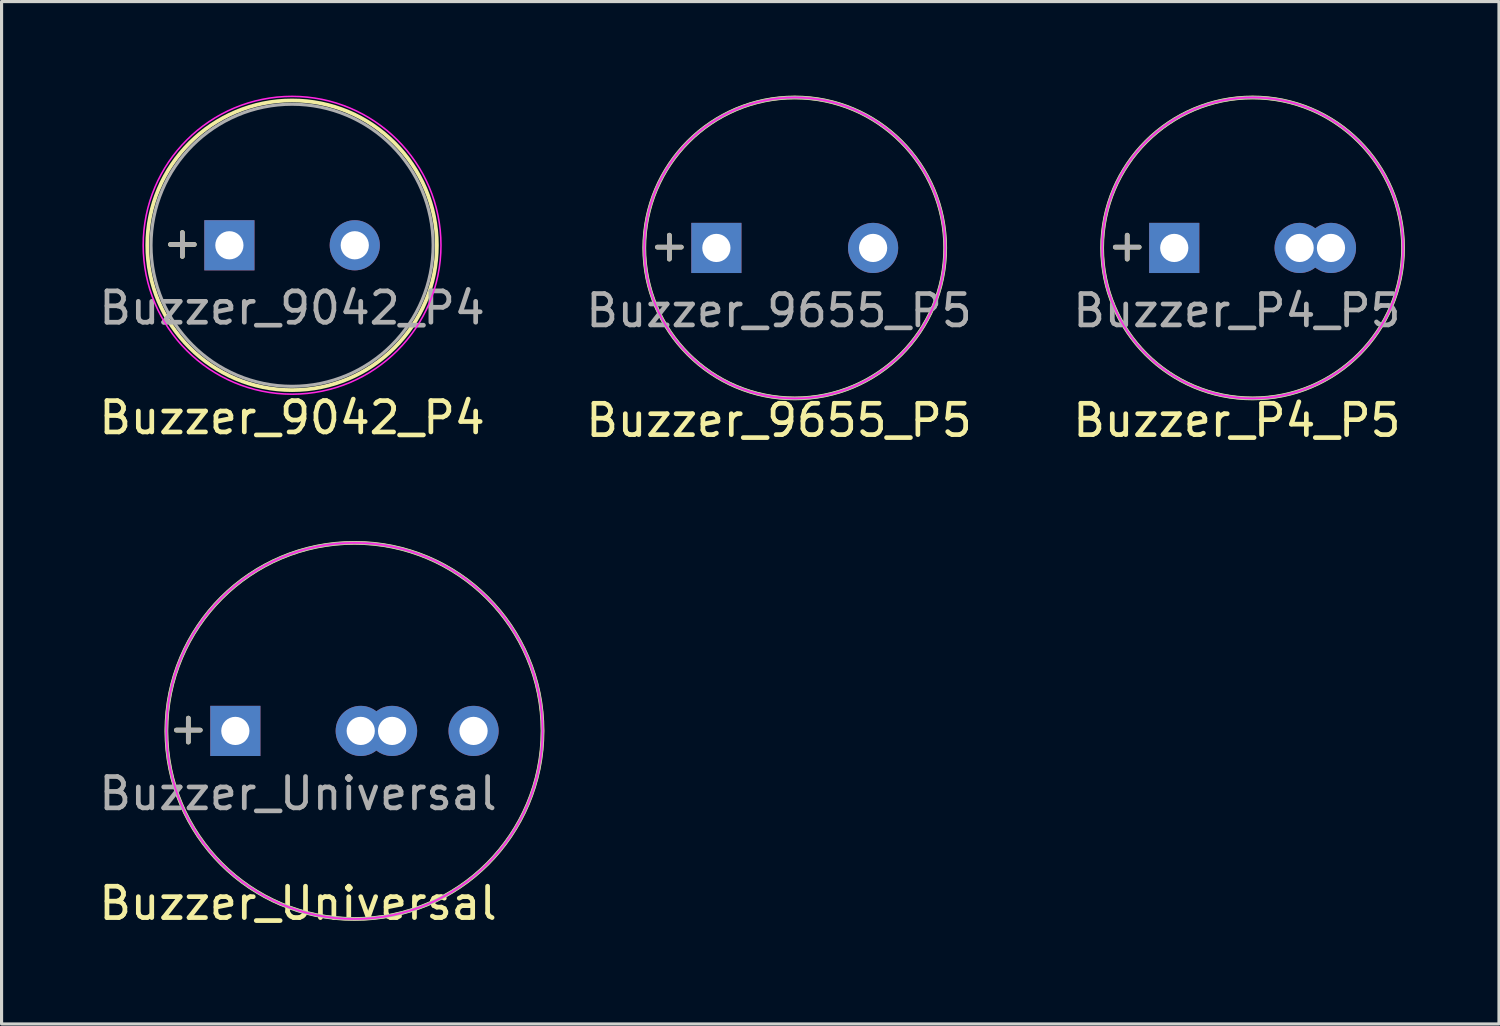
<source format=kicad_pcb>
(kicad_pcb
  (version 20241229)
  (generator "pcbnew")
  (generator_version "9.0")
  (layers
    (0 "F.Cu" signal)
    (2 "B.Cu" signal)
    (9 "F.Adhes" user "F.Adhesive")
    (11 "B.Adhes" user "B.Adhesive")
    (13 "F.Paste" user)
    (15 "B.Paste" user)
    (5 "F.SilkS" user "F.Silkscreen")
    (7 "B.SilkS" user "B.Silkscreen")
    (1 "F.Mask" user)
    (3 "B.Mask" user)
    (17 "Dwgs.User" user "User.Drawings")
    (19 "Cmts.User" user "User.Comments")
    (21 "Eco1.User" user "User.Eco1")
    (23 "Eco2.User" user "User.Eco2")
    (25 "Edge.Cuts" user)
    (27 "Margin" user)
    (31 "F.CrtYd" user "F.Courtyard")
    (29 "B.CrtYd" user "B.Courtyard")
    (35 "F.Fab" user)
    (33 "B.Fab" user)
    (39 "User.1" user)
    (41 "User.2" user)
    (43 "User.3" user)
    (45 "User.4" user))
  (footprint "Buzzer_P4_P5"
    (layer "F.Cu")
    (at 34.411 4.86)
    (property "Reference" "Buzzer_P4_P5" (at 2 5.5 0) (layer "F.SilkS") (effects (font (size 1 1) (thickness 0.15))))
    (attr through_hole)
    (fp_circle (center 2.5 0) (end 7.3 0) (stroke (width 0.12) (type solid)) (fill no) (layer "F.SilkS"))
    (fp_circle (center 2.5 0) (end 7.3 0) (stroke (width 0.05) (type solid)) (fill no) (layer "F.CrtYd"))
    (fp_circle (center 2.5 0) (end 7.3 0) (stroke (width 0.1) (type solid)) (fill no) (layer "F.Fab"))
    (fp_text user "+" (at -1.5 -0.1 0) (layer "F.SilkS") (effects (font (size 1 1) (thickness 0.15))))
    (fp_text user "${REFERENCE}" (at 2 2 0) (layer "F.Fab") (effects (font (size 1 1) (thickness 0.15))))
    (fp_text user "+" (at -1.5 -0.1 0) (layer "F.Fab") (effects (font (size 1 1) (thickness 0.15))))
    (pad "1" thru_hole rect (at 0 0) (size 1.6 1.6) (drill 0.9) (layers "*.Cu" "*.Mask"))
    (pad "2" thru_hole circle (at 4 0) (size 1.6 1.6) (drill 0.9) (layers "*.Cu" "*.Mask"))
    (pad "2" thru_hole circle (at 5 0) (size 1.6 1.6) (drill 0.9) (layers "*.Cu" "*.Mask")))
  (footprint "Buzzer_Universal"
    (layer "F.Cu")
    (at 4.458 20.268)
    (property "Reference" "Buzzer_Universal" (at 2 5.5 0) (layer "F.SilkS") (effects (font (size 1 1) (thickness 0.15))))
    (attr through_hole)
    (fp_circle (center 3.8 0) (end 9.8 0) (stroke (width 0.12) (type solid)) (fill no) (layer "F.SilkS"))
    (fp_circle (center 3.8 0) (end 9.8 0) (stroke (width 0.05) (type solid)) (fill no) (layer "F.CrtYd"))
    (fp_circle (center 3.8 0) (end 9.8 0) (stroke (width 0.1) (type solid)) (fill no) (layer "F.Fab"))
    (fp_text user "+" (at -1.5 -0.1 0) (layer "F.SilkS") (effects (font (size 1 1) (thickness 0.15))))
    (fp_text user "${REFERENCE}" (at 2 2 0) (layer "F.Fab") (effects (font (size 1 1) (thickness 0.15))))
    (fp_text user "+" (at -1.5 -0.1 0) (layer "F.Fab") (effects (font (size 1 1) (thickness 0.15))))
    (pad "1" thru_hole rect (at 0 0) (size 1.6 1.6) (drill 0.9) (layers "*.Cu" "*.Mask"))
    (pad "2" thru_hole circle (at 4 0) (size 1.6 1.6) (drill 0.9) (layers "*.Cu" "*.Mask"))
    (pad "2" thru_hole circle (at 5 0) (size 1.6 1.6) (drill 0.9) (layers "*.Cu" "*.Mask"))
    (pad "2" thru_hole circle (at 7.6 0) (size 1.6 1.6) (drill 0.9) (layers "*.Cu" "*.Mask")))
  (footprint "Buzzer_9655_P5"
    (layer "F.Cu")
    (at 19.804 4.86)
    (property "Reference" "Buzzer_9655_P5" (at 2 5.5 0) (layer "F.SilkS") (effects (font (size 1 1) (thickness 0.15))))
    (attr through_hole)
    (fp_circle (center 2.5 0) (end 7.3 0) (stroke (width 0.12) (type solid)) (fill no) (layer "F.SilkS"))
    (fp_circle (center 2.5 0) (end 7.3 0) (stroke (width 0.05) (type solid)) (fill no) (layer "F.CrtYd"))
    (fp_circle (center 2.5 0) (end 7.3 0) (stroke (width 0.1) (type solid)) (fill no) (layer "F.Fab"))
    (fp_text user "+" (at -1.5 -0.1 0) (layer "F.SilkS") (effects (font (size 1 1) (thickness 0.15))))
    (fp_text user "${REFERENCE}" (at 2 2 0) (layer "F.Fab") (effects (font (size 1 1) (thickness 0.15))))
    (fp_text user "+" (at -1.5 -0.1 0) (layer "F.Fab") (effects (font (size 1 1) (thickness 0.15))))
    (pad "1" thru_hole rect (at 0 0) (size 1.6 1.6) (drill 0.9) (layers "*.Cu" "*.Mask"))
    (pad "2" thru_hole circle (at 5 0) (size 1.6 1.6) (drill 0.9) (layers "*.Cu" "*.Mask")))
  (footprint "Buzzer_9042_P4"
    (layer "F.Cu")
    (at 4.268 4.775)
    (property "Reference" "Buzzer_9042_P4" (at 2 5.5 0) (layer "F.SilkS") (effects (font (size 1 1) (thickness 0.15))))
    (attr through_hole)
    (fp_circle (center 2 0) (end 6.62 0) (stroke (width 0.12) (type solid)) (fill no) (layer "F.SilkS"))
    (fp_circle (center 2 0) (end 6.75 0) (stroke (width 0.05) (type solid)) (fill no) (layer "F.CrtYd"))
    (fp_circle (center 2 0) (end 6.5 0) (stroke (width 0.1) (type solid)) (fill no) (layer "F.Fab"))
    (fp_text user "+" (at -1.5 -0.1 0) (layer "F.SilkS") (effects (font (size 1 1) (thickness 0.15))))
    (fp_text user "+" (at -1.5 -0.1 0) (layer "F.Fab") (effects (font (size 1 1) (thickness 0.15))))
    (fp_text user "${REFERENCE}" (at 2 2 0) (layer "F.Fab") (effects (font (size 1 1) (thickness 0.15))))
    (pad "1" thru_hole rect (at 0 0) (size 1.6 1.6) (drill 0.9) (layers "*.Cu" "*.Mask"))
    (pad "2" thru_hole circle (at 4 0) (size 1.6 1.6) (drill 0.9) (layers "*.Cu" "*.Mask")))
  (gr_rect
    (start -3 -3)
    (end 44.771 29.616)
    (stroke (width 0.1) (type default))
    (fill no)
    (layer "Edge.Cuts")))
</source>
